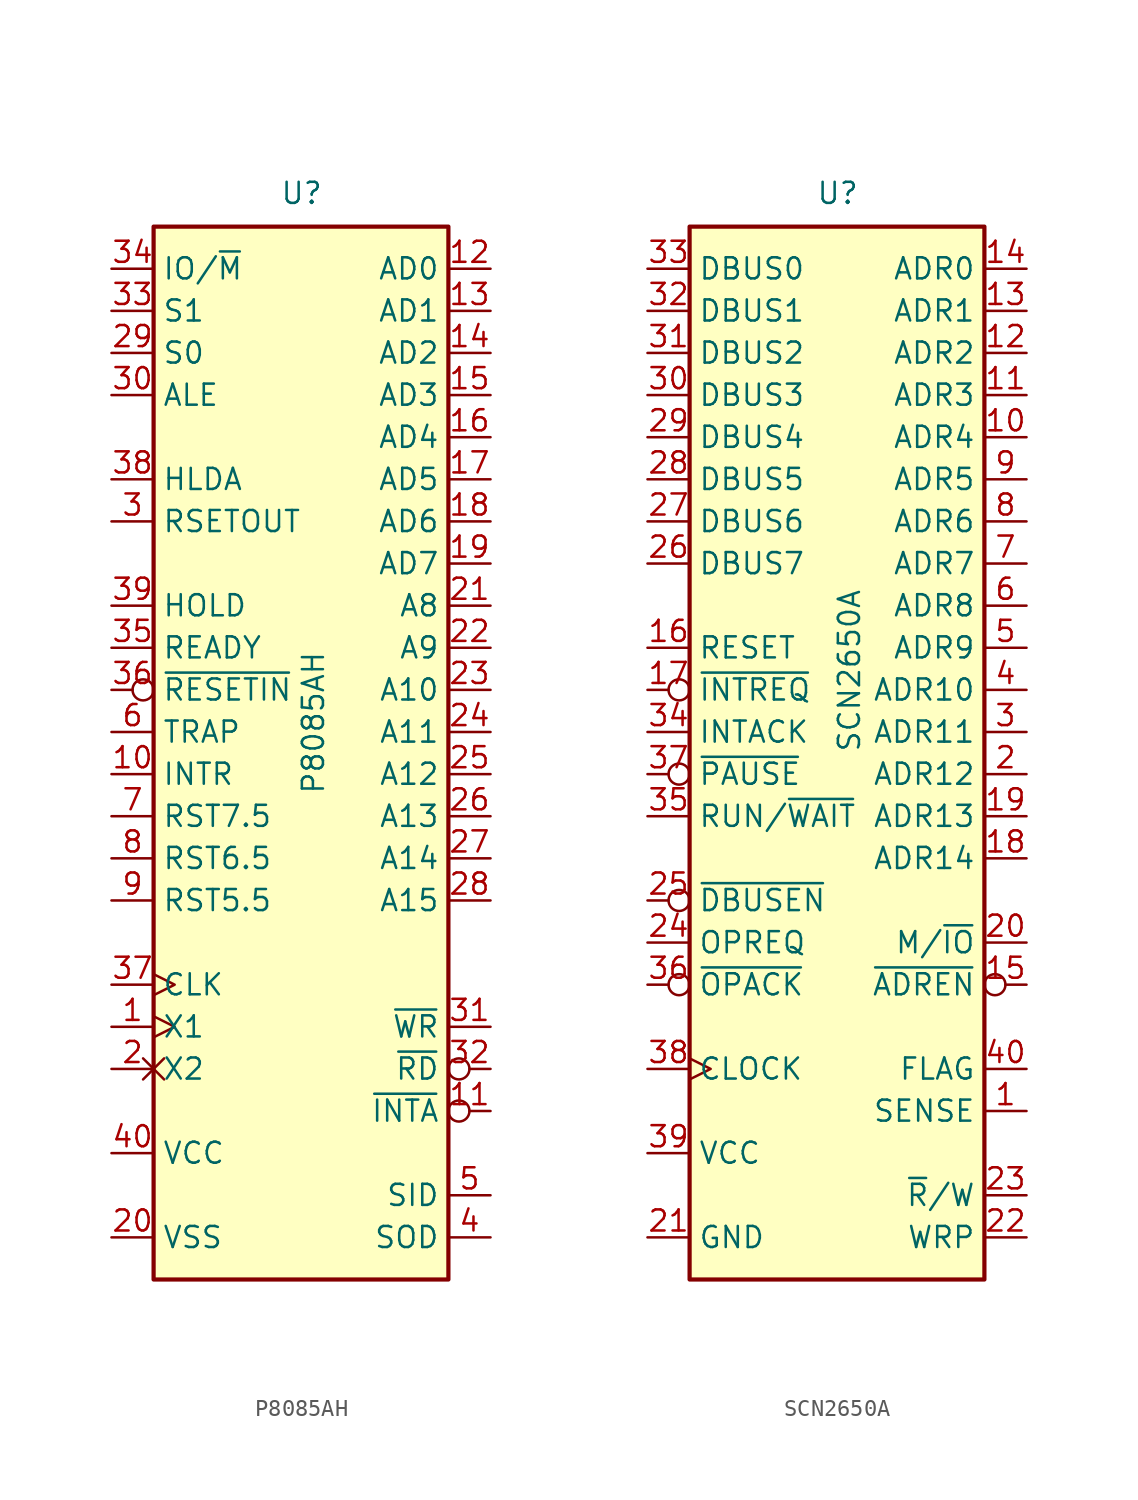
<source format=kicad_sym>
(kicad_symbol_lib
  (version 20220914)
  (generator kicad_symbol_editor)
  (symbol "P8085AH"
    (property "Reference" "U"
      (at -1.27 31.75 0)
      (effects (font (size 1.27 1.27)) (justify left bottom)))
    (property "Value" "P8085AH"
      (at 0 -3.81 90)
      (effects (font (size 1.27 1.27)) (justify left top)))
    (symbol "P8085AH_0_1"
      (rectangle (start -8.89 -33.02) (end 8.89 30.48) (stroke (width 0.254) (type default)) (fill (type background))))
    (symbol "P8085AH_1_1"
      (pin input clock (at -11.43 -17.78 0) (length 2.54) (name "X1" (effects (font (size 1.27 1.27)))) (number "1" (effects (font (size 1.27 1.27)))))
      (pin input line (at -11.43 -2.54 0) (length 2.54) (name "INTR" (effects (font (size 1.27 1.27)))) (number "10" (effects (font (size 1.27 1.27)))))
      (pin output inverted (at 11.43 -22.86 180) (length 2.54) (name "~{INTA}" (effects (font (size 1.27 1.27)))) (number "11" (effects (font (size 1.27 1.27)))))
      (pin bidirectional line (at 11.43 27.94 180) (length 2.54) (name "AD0" (effects (font (size 1.27 1.27)))) (number "12" (effects (font (size 1.27 1.27)))))
      (pin bidirectional line (at 11.43 25.4 180) (length 2.54) (name "AD1" (effects (font (size 1.27 1.27)))) (number "13" (effects (font (size 1.27 1.27)))))
      (pin bidirectional line (at 11.43 22.86 180) (length 2.54) (name "AD2" (effects (font (size 1.27 1.27)))) (number "14" (effects (font (size 1.27 1.27)))))
      (pin bidirectional line (at 11.43 20.32 180) (length 2.54) (name "AD3" (effects (font (size 1.27 1.27)))) (number "15" (effects (font (size 1.27 1.27)))))
      (pin bidirectional line (at 11.43 17.78 180) (length 2.54) (name "AD4" (effects (font (size 1.27 1.27)))) (number "16" (effects (font (size 1.27 1.27)))))
      (pin bidirectional line (at 11.43 15.24 180) (length 2.54) (name "AD5" (effects (font (size 1.27 1.27)))) (number "17" (effects (font (size 1.27 1.27)))))
      (pin bidirectional line (at 11.43 12.7 180) (length 2.54) (name "AD6" (effects (font (size 1.27 1.27)))) (number "18" (effects (font (size 1.27 1.27)))))
      (pin bidirectional line (at 11.43 10.16 180) (length 2.54) (name "AD7" (effects (font (size 1.27 1.27)))) (number "19" (effects (font (size 1.27 1.27)))))
      (pin input non_logic (at -11.43 -20.32 0) (length 2.54) (name "X2" (effects (font (size 1.27 1.27)))) (number "2" (effects (font (size 1.27 1.27)))))
      (pin power_in line (at -11.43 -30.48 0) (length 2.54) (name "VSS" (effects (font (size 1.27 1.27)))) (number "20" (effects (font (size 1.27 1.27)))))
      (pin output line (at 11.43 7.62 180) (length 2.54) (name "A8" (effects (font (size 1.27 1.27)))) (number "21" (effects (font (size 1.27 1.27)))))
      (pin output line (at 11.43 5.08 180) (length 2.54) (name "A9" (effects (font (size 1.27 1.27)))) (number "22" (effects (font (size 1.27 1.27)))))
      (pin output line (at 11.43 2.54 180) (length 2.54) (name "A10" (effects (font (size 1.27 1.27)))) (number "23" (effects (font (size 1.27 1.27)))))
      (pin output line (at 11.43 0 180) (length 2.54) (name "A11" (effects (font (size 1.27 1.27)))) (number "24" (effects (font (size 1.27 1.27)))))
      (pin output line (at 11.43 -2.54 180) (length 2.54) (name "A12" (effects (font (size 1.27 1.27)))) (number "25" (effects (font (size 1.27 1.27)))))
      (pin output line (at 11.43 -5.08 180) (length 2.54) (name "A13" (effects (font (size 1.27 1.27)))) (number "26" (effects (font (size 1.27 1.27)))))
      (pin output line (at 11.43 -7.62 180) (length 2.54) (name "A14" (effects (font (size 1.27 1.27)))) (number "27" (effects (font (size 1.27 1.27)))))
      (pin output line (at 11.43 -10.16 180) (length 2.54) (name "A15" (effects (font (size 1.27 1.27)))) (number "28" (effects (font (size 1.27 1.27)))))
      (pin output line (at -11.43 22.86 0) (length 2.54) (name "S0" (effects (font (size 1.27 1.27)))) (number "29" (effects (font (size 1.27 1.27)))))
      (pin output line (at -11.43 12.7 0) (length 2.54) (name "RSETOUT" (effects (font (size 1.27 1.27)))) (number "3" (effects (font (size 1.27 1.27)))))
      (pin output line (at -11.43 20.32 0) (length 2.54) (name "ALE" (effects (font (size 1.27 1.27)))) (number "30" (effects (font (size 1.27 1.27)))))
      (pin output line (at 11.43 -17.78 180) (length 2.54) (name "~{WR}" (effects (font (size 1.27 1.27)))) (number "31" (effects (font (size 1.27 1.27)))))
      (pin output inverted (at 11.43 -20.32 180) (length 2.54) (name "~{RD}" (effects (font (size 1.27 1.27)))) (number "32" (effects (font (size 1.27 1.27)))))
      (pin output line (at -11.43 25.4 0) (length 2.54) (name "S1" (effects (font (size 1.27 1.27)))) (number "33" (effects (font (size 1.27 1.27)))))
      (pin output line (at -11.43 27.94 0) (length 2.54) (name "IO/~{M}" (effects (font (size 1.27 1.27)))) (number "34" (effects (font (size 1.27 1.27)))))
      (pin input line (at -11.43 5.08 0) (length 2.54) (name "READY" (effects (font (size 1.27 1.27)))) (number "35" (effects (font (size 1.27 1.27)))))
      (pin input inverted (at -11.43 2.54 0) (length 2.54) (name "~{RESETIN}" (effects (font (size 1.27 1.27)))) (number "36" (effects (font (size 1.27 1.27)))))
      (pin output clock (at -11.43 -15.24 0) (length 2.54) (name "CLK" (effects (font (size 1.27 1.27)))) (number "37" (effects (font (size 1.27 1.27)))))
      (pin output line (at -11.43 15.24 0) (length 2.54) (name "HLDA" (effects (font (size 1.27 1.27)))) (number "38" (effects (font (size 1.27 1.27)))))
      (pin input line (at -11.43 7.62 0) (length 2.54) (name "HOLD" (effects (font (size 1.27 1.27)))) (number "39" (effects (font (size 1.27 1.27)))))
      (pin output line (at 11.43 -30.48 180) (length 2.54) (name "SOD" (effects (font (size 1.27 1.27)))) (number "4" (effects (font (size 1.27 1.27)))))
      (pin power_in line (at -11.43 -25.4 0) (length 2.54) (name "VCC" (effects (font (size 1.27 1.27)))) (number "40" (effects (font (size 1.27 1.27)))))
      (pin input line (at 11.43 -27.94 180) (length 2.54) (name "SID" (effects (font (size 1.27 1.27)))) (number "5" (effects (font (size 1.27 1.27)))))
      (pin input line (at -11.43 0 0) (length 2.54) (name "TRAP" (effects (font (size 1.27 1.27)))) (number "6" (effects (font (size 1.27 1.27)))))
      (pin input line (at -11.43 -5.08 0) (length 2.54) (name "RST7.5" (effects (font (size 1.27 1.27)))) (number "7" (effects (font (size 1.27 1.27)))))
      (pin input line (at -11.43 -7.62 0) (length 2.54) (name "RST6.5" (effects (font (size 1.27 1.27)))) (number "8" (effects (font (size 1.27 1.27)))))
      (pin input line (at -11.43 -10.16 0) (length 2.54) (name "RST5.5" (effects (font (size 1.27 1.27)))) (number "9" (effects (font (size 1.27 1.27)))))))
  (symbol "SCN2650A"
    (property "Reference" "U"
      (at -1.27 31.75 0)
      (effects (font (size 1.27 1.27)) (justify left bottom)))
    (property "Value" "SCN2650A"
      (at 0 -1.27 90)
      (effects (font (size 1.27 1.27)) (justify left top)))
    (symbol "SCN2650A_0_1"
      (rectangle (start -8.89 -33.02) (end 8.89 30.48) (stroke (width 0.254) (type default)) (fill (type background))))
    (symbol "SCN2650A_1_1"
      (pin input line (at 11.43 -22.86 180) (length 2.54) (name "SENSE" (effects (font (size 1.27 1.27)))) (number "1" (effects (font (size 1.27 1.27)))))
      (pin output line (at 11.43 17.78 180) (length 2.54) (name "ADR4" (effects (font (size 1.27 1.27)))) (number "10" (effects (font (size 1.27 1.27)))))
      (pin output line (at 11.43 20.32 180) (length 2.54) (name "ADR3" (effects (font (size 1.27 1.27)))) (number "11" (effects (font (size 1.27 1.27)))))
      (pin output line (at 11.43 22.86 180) (length 2.54) (name "ADR2" (effects (font (size 1.27 1.27)))) (number "12" (effects (font (size 1.27 1.27)))))
      (pin output line (at 11.43 25.4 180) (length 2.54) (name "ADR1" (effects (font (size 1.27 1.27)))) (number "13" (effects (font (size 1.27 1.27)))))
      (pin output line (at 11.43 27.94 180) (length 2.54) (name "ADR0" (effects (font (size 1.27 1.27)))) (number "14" (effects (font (size 1.27 1.27)))))
      (pin output inverted (at 11.43 -15.24 180) (length 2.54) (name "~{ADREN}" (effects (font (size 1.27 1.27)))) (number "15" (effects (font (size 1.27 1.27)))))
      (pin input line (at -11.43 5.08 0) (length 2.54) (name "RESET" (effects (font (size 1.27 1.27)))) (number "16" (effects (font (size 1.27 1.27)))))
      (pin input inverted (at -11.43 2.54 0) (length 2.54) (name "~{INTREQ}" (effects (font (size 1.27 1.27)))) (number "17" (effects (font (size 1.27 1.27)))))
      (pin output line (at 11.43 -7.62 180) (length 2.54) (name "ADR14" (effects (font (size 1.27 1.27)))) (number "18" (effects (font (size 1.27 1.27)))))
      (pin output line (at 11.43 -5.08 180) (length 2.54) (name "ADR13" (effects (font (size 1.27 1.27)))) (number "19" (effects (font (size 1.27 1.27)))))
      (pin output line (at 11.43 -2.54 180) (length 2.54) (name "ADR12" (effects (font (size 1.27 1.27)))) (number "2" (effects (font (size 1.27 1.27)))))
      (pin output line (at 11.43 -12.7 180) (length 2.54) (name "M/~{IO}" (effects (font (size 1.27 1.27)))) (number "20" (effects (font (size 1.27 1.27)))))
      (pin power_in line (at -11.43 -30.48 0) (length 2.54) (name "GND" (effects (font (size 1.27 1.27)))) (number "21" (effects (font (size 1.27 1.27)))))
      (pin output line (at 11.43 -30.48 180) (length 2.54) (name "WRP" (effects (font (size 1.27 1.27)))) (number "22" (effects (font (size 1.27 1.27)))))
      (pin output line (at 11.43 -27.94 180) (length 2.54) (name "~{R}/W" (effects (font (size 1.27 1.27)))) (number "23" (effects (font (size 1.27 1.27)))))
      (pin output line (at -11.43 -12.7 0) (length 2.54) (name "OPREQ" (effects (font (size 1.27 1.27)))) (number "24" (effects (font (size 1.27 1.27)))))
      (pin input inverted (at -11.43 -10.16 0) (length 2.54) (name "~{DBUSEN}" (effects (font (size 1.27 1.27)))) (number "25" (effects (font (size 1.27 1.27)))))
      (pin bidirectional line (at -11.43 10.16 0) (length 2.54) (name "DBUS7" (effects (font (size 1.27 1.27)))) (number "26" (effects (font (size 1.27 1.27)))))
      (pin bidirectional line (at -11.43 12.7 0) (length 2.54) (name "DBUS6" (effects (font (size 1.27 1.27)))) (number "27" (effects (font (size 1.27 1.27)))))
      (pin bidirectional line (at -11.43 15.24 0) (length 2.54) (name "DBUS5" (effects (font (size 1.27 1.27)))) (number "28" (effects (font (size 1.27 1.27)))))
      (pin bidirectional line (at -11.43 17.78 0) (length 2.54) (name "DBUS4" (effects (font (size 1.27 1.27)))) (number "29" (effects (font (size 1.27 1.27)))))
      (pin output line (at 11.43 0 180) (length 2.54) (name "ADR11" (effects (font (size 1.27 1.27)))) (number "3" (effects (font (size 1.27 1.27)))))
      (pin bidirectional line (at -11.43 20.32 0) (length 2.54) (name "DBUS3" (effects (font (size 1.27 1.27)))) (number "30" (effects (font (size 1.27 1.27)))))
      (pin bidirectional line (at -11.43 22.86 0) (length 2.54) (name "DBUS2" (effects (font (size 1.27 1.27)))) (number "31" (effects (font (size 1.27 1.27)))))
      (pin bidirectional line (at -11.43 25.4 0) (length 2.54) (name "DBUS1" (effects (font (size 1.27 1.27)))) (number "32" (effects (font (size 1.27 1.27)))))
      (pin bidirectional line (at -11.43 27.94 0) (length 2.54) (name "DBUS0" (effects (font (size 1.27 1.27)))) (number "33" (effects (font (size 1.27 1.27)))))
      (pin output line (at -11.43 0 0) (length 2.54) (name "INTACK" (effects (font (size 1.27 1.27)))) (number "34" (effects (font (size 1.27 1.27)))))
      (pin output line (at -11.43 -5.08 0) (length 2.54) (name "RUN/~{WAIT}" (effects (font (size 1.27 1.27)))) (number "35" (effects (font (size 1.27 1.27)))))
      (pin input inverted (at -11.43 -15.24 0) (length 2.54) (name "~{OPACK}" (effects (font (size 1.27 1.27)))) (number "36" (effects (font (size 1.27 1.27)))))
      (pin input inverted (at -11.43 -2.54 0) (length 2.54) (name "~{PAUSE}" (effects (font (size 1.27 1.27)))) (number "37" (effects (font (size 1.27 1.27)))))
      (pin input clock (at -11.43 -20.32 0) (length 2.54) (name "CLOCK" (effects (font (size 1.27 1.27)))) (number "38" (effects (font (size 1.27 1.27)))))
      (pin power_in line (at -11.43 -25.4 0) (length 2.54) (name "VCC" (effects (font (size 1.27 1.27)))) (number "39" (effects (font (size 1.27 1.27)))))
      (pin output line (at 11.43 2.54 180) (length 2.54) (name "ADR10" (effects (font (size 1.27 1.27)))) (number "4" (effects (font (size 1.27 1.27)))))
      (pin output line (at 11.43 -20.32 180) (length 2.54) (name "FLAG" (effects (font (size 1.27 1.27)))) (number "40" (effects (font (size 1.27 1.27)))))
      (pin output line (at 11.43 5.08 180) (length 2.54) (name "ADR9" (effects (font (size 1.27 1.27)))) (number "5" (effects (font (size 1.27 1.27)))))
      (pin output line (at 11.43 7.62 180) (length 2.54) (name "ADR8" (effects (font (size 1.27 1.27)))) (number "6" (effects (font (size 1.27 1.27)))))
      (pin output line (at 11.43 10.16 180) (length 2.54) (name "ADR7" (effects (font (size 1.27 1.27)))) (number "7" (effects (font (size 1.27 1.27)))))
      (pin output line (at 11.43 12.7 180) (length 2.54) (name "ADR6" (effects (font (size 1.27 1.27)))) (number "8" (effects (font (size 1.27 1.27)))))
      (pin output line (at 11.43 15.24 180) (length 2.54) (name "ADR5" (effects (font (size 1.27 1.27)))) (number "9" (effects (font (size 1.27 1.27))))))))
</source>
